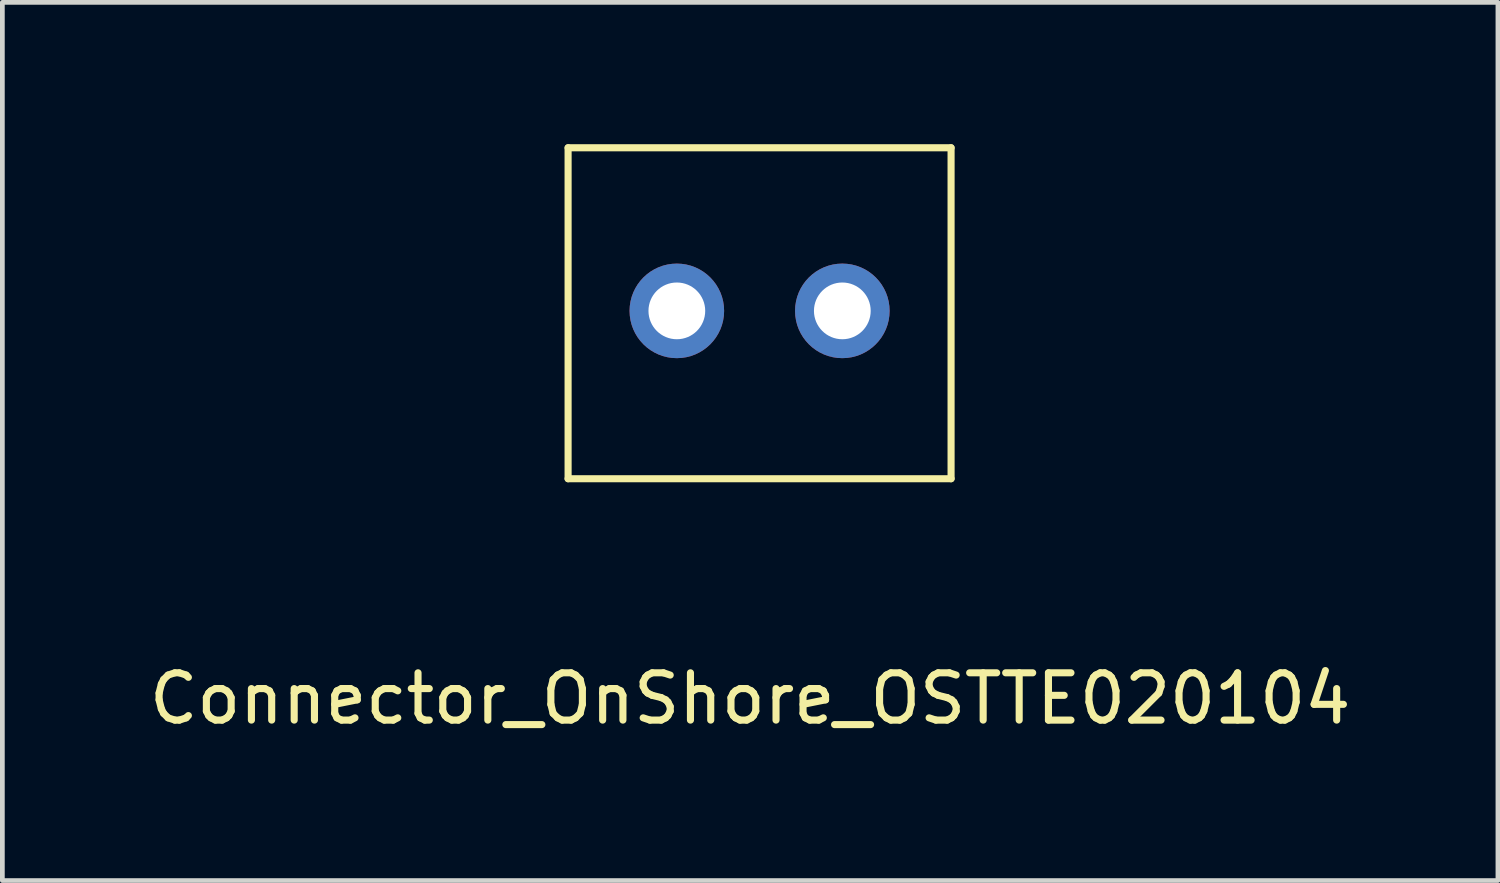
<source format=kicad_pcb>
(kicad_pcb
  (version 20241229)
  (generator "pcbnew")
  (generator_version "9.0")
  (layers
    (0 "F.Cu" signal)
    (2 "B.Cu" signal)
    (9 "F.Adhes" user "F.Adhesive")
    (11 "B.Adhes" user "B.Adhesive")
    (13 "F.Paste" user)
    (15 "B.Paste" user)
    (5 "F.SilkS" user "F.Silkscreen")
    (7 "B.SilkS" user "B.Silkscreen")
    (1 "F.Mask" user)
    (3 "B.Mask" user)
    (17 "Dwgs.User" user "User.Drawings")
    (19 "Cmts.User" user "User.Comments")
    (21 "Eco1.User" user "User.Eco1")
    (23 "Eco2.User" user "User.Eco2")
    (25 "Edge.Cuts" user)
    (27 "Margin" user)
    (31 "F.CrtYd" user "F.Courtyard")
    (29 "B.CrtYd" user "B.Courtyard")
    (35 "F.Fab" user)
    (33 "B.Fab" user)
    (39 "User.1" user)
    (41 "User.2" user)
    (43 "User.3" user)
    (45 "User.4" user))
  (footprint "Connector_OnShore_OSTTE020104"
    (layer "F.Cu")
    (at 13.065 3.575)
    (property "Reference" "Connector_OnShore_OSTTE020104" (at -0.25 8.15 0) (layer "F.SilkS") (effects (font (size 1 1) (thickness 0.15))))
    (attr through_hole)
    (fp_line (start -4.1 -3.5) (end -4.1 3.5) (stroke (width 0.15) (type solid)) (layer "F.SilkS"))
    (fp_line (start -4.1 3.5) (end 4 3.5) (stroke (width 0.15) (type solid)) (layer "F.SilkS"))
    (fp_line (start 4 -3.5) (end -4.1 -3.5) (stroke (width 0.15) (type solid)) (layer "F.SilkS"))
    (fp_line (start 4 -3.5) (end 4 3.5) (stroke (width 0.15) (type solid)) (layer "F.SilkS"))
    (pad "1" thru_hole circle (at -1.8 -0.05) (size 2 2) (drill 1.2) (layers "*.Cu" "*.Mask"))
    (pad "2" thru_hole circle (at 1.7 -0.05) (size 2 2) (drill 1.2) (layers "*.Cu" "*.Mask")))
  (gr_rect
    (start -3 -3)
    (end 28.631 15.573)
    (stroke (width 0.1) (type default))
    (fill no)
    (layer "Edge.Cuts")))
</source>
